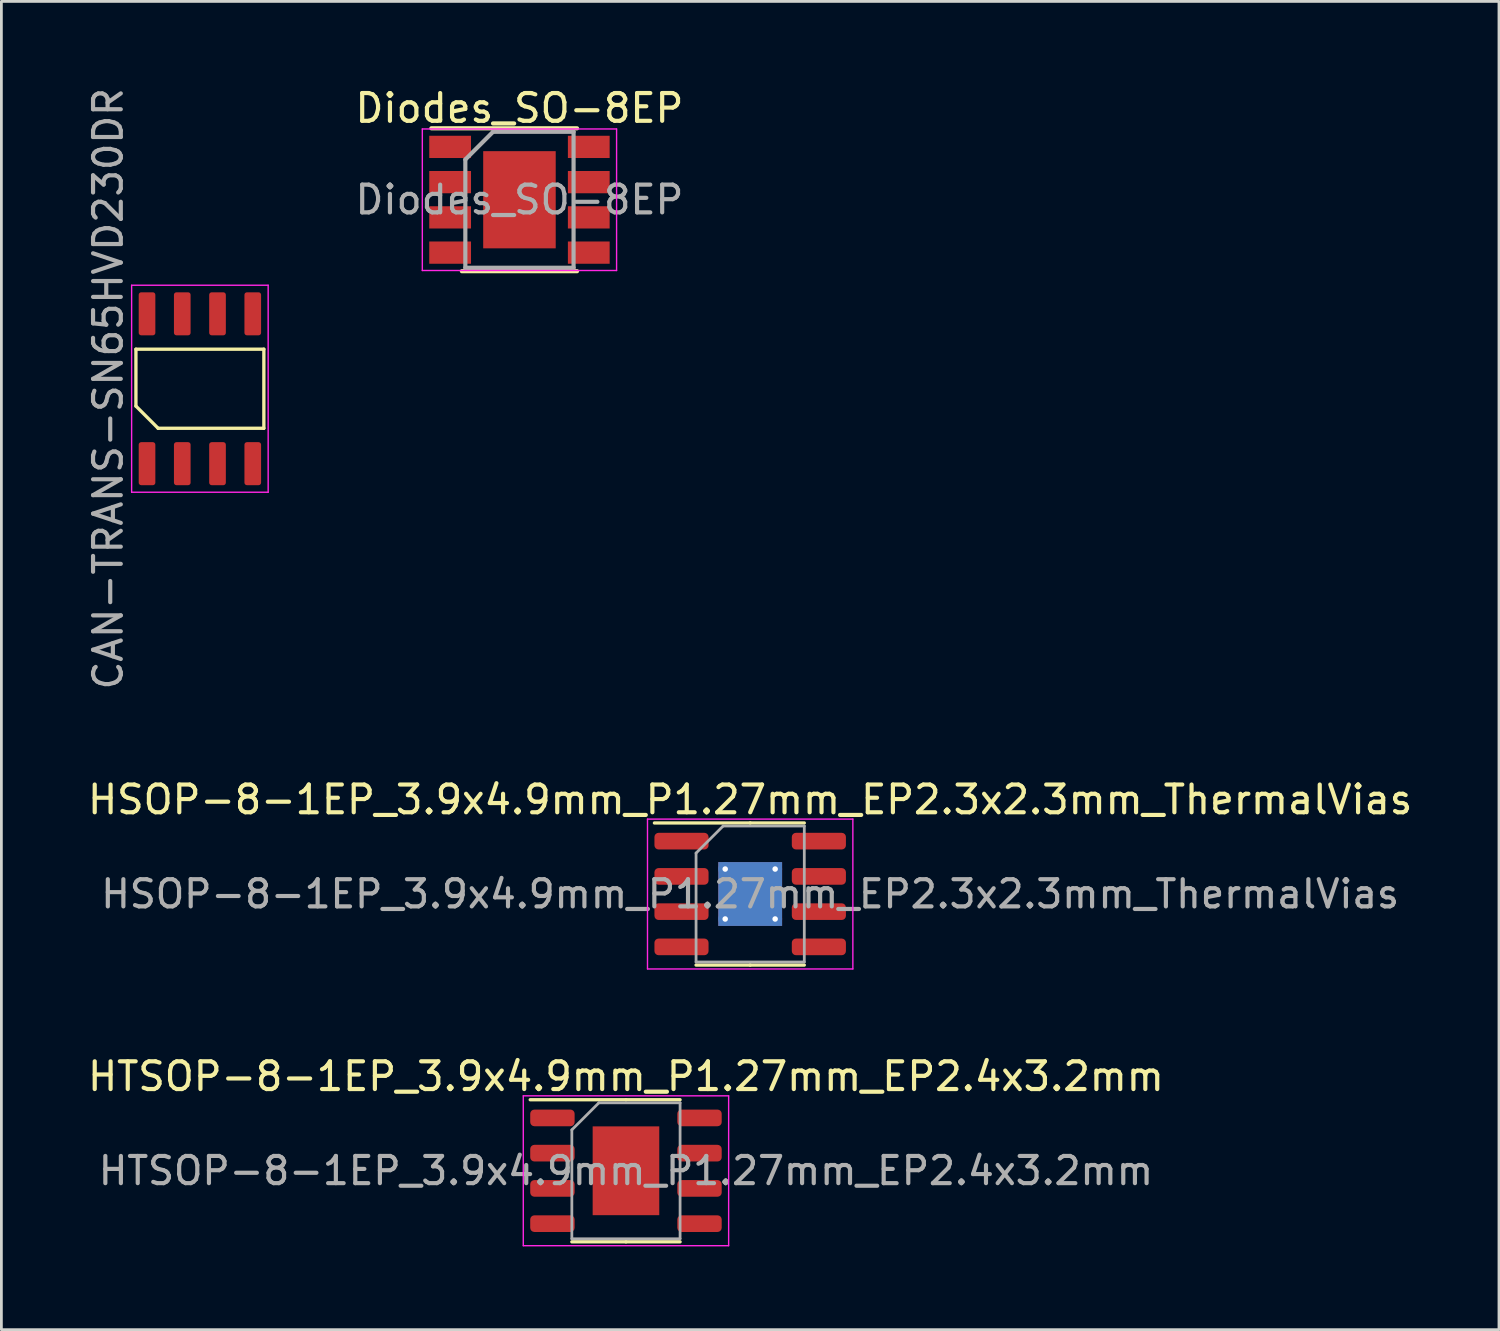
<source format=kicad_pcb>
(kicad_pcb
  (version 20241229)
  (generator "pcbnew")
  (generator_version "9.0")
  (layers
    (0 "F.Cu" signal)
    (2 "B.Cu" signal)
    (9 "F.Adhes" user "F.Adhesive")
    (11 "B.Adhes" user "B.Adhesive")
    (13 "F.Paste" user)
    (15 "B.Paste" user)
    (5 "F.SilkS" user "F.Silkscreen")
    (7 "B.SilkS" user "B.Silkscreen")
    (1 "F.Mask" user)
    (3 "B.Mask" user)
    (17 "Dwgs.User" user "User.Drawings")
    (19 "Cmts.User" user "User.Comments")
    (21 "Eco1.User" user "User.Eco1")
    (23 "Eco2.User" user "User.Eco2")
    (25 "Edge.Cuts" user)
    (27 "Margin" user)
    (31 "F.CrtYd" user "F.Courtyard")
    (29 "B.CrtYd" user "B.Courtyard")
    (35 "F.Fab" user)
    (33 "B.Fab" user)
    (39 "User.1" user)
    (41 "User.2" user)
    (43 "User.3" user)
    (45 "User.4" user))
  (footprint "Diodes_SO-8EP"
    (layer "F.Cu")
    (at 15.668 4.148)
    (property "Reference" "Diodes_SO-8EP" (at 0 -3.3 0) (layer "F.SilkS") (effects (font (size 1 1) (thickness 0.15))))
    (attr smd)
    (fp_line (start -3.175 -2.575) (end 2.075 -2.575) (stroke (width 0.15) (type solid)) (layer "F.SilkS"))
    (fp_line (start -2.075 2.575) (end 2.075 2.575) (stroke (width 0.15) (type solid)) (layer "F.SilkS"))
    (fp_line (start -3.5 -2.55) (end -3.5 2.55) (stroke (width 0.05) (type solid)) (layer "F.CrtYd"))
    (fp_line (start -3.5 -2.55) (end 3.5 -2.55) (stroke (width 0.05) (type solid)) (layer "F.CrtYd"))
    (fp_line (start -3.5 2.55) (end 3.5 2.55) (stroke (width 0.05) (type solid)) (layer "F.CrtYd"))
    (fp_line (start 3.5 -2.55) (end 3.5 2.55) (stroke (width 0.05) (type solid)) (layer "F.CrtYd"))
    (fp_line (start -1.95 -1.45) (end -0.95 -2.45) (stroke (width 0.15) (type solid)) (layer "F.Fab"))
    (fp_line (start -1.95 2.45) (end -1.95 -1.45) (stroke (width 0.15) (type solid)) (layer "F.Fab"))
    (fp_line (start -0.95 -2.45) (end 1.95 -2.45) (stroke (width 0.15) (type solid)) (layer "F.Fab"))
    (fp_line (start 1.95 -2.45) (end 1.95 2.45) (stroke (width 0.15) (type solid)) (layer "F.Fab"))
    (fp_line (start 1.95 2.45) (end -1.95 2.45) (stroke (width 0.15) (type solid)) (layer "F.Fab"))
    (fp_text user "${REFERENCE}" (at 0 0 0) (layer "F.Fab") (effects (font (size 1 1) (thickness 0.15))))
    (pad "1" smd rect (at -2.498 -1.905) (size 1.505 0.802) (layers "F.Cu" "F.Mask" "F.Paste"))
    (pad "2" smd rect (at -2.498 -0.635) (size 1.505 0.802) (layers "F.Cu" "F.Mask" "F.Paste"))
    (pad "3" smd rect (at -2.498 0.635) (size 1.505 0.802) (layers "F.Cu" "F.Mask" "F.Paste"))
    (pad "4" smd rect (at -2.498 1.905) (size 1.505 0.802) (layers "F.Cu" "F.Mask" "F.Paste"))
    (pad "5" smd rect (at 2.498 1.905) (size 1.505 0.802) (layers "F.Cu" "F.Mask" "F.Paste"))
    (pad "6" smd rect (at 2.498 0.635) (size 1.505 0.802) (layers "F.Cu" "F.Mask" "F.Paste"))
    (pad "7" smd rect (at 2.498 -0.635) (size 1.505 0.802) (layers "F.Cu" "F.Mask" "F.Paste"))
    (pad "8" smd rect (at 2.498 -1.905) (size 1.505 0.802) (layers "F.Cu" "F.Mask" "F.Paste"))
    (pad "9" smd rect (at 0 0) (size 2.613 3.502) (layers "F.Cu" "F.Mask" "F.Paste")))
  (footprint "HSOP-8-1EP_3.9x4.9mm_P1.27mm_EP2.3x2.3mm_ThermalVias"
    (layer "F.Cu")
    (at 23.982 29.165)
    (property "Reference" "HSOP-8-1EP_3.9x4.9mm_P1.27mm_EP2.3x2.3mm_ThermalVias" (at 0 -3.4 0) (layer "F.SilkS") (effects (font (size 1 1) (thickness 0.15))))
    (attr smd)
    (fp_line (start 0 -2.56) (end -3.45 -2.56) (stroke (width 0.12) (type solid)) (layer "F.SilkS"))
    (fp_line (start 0 -2.56) (end 1.95 -2.56) (stroke (width 0.12) (type solid)) (layer "F.SilkS"))
    (fp_line (start 0 2.56) (end -1.95 2.56) (stroke (width 0.12) (type solid)) (layer "F.SilkS"))
    (fp_line (start 0 2.56) (end 1.95 2.56) (stroke (width 0.12) (type solid)) (layer "F.SilkS"))
    (fp_line (start -3.7 -2.7) (end -3.7 2.7) (stroke (width 0.05) (type solid)) (layer "F.CrtYd"))
    (fp_line (start -3.7 2.7) (end 3.7 2.7) (stroke (width 0.05) (type solid)) (layer "F.CrtYd"))
    (fp_line (start 3.7 -2.7) (end -3.7 -2.7) (stroke (width 0.05) (type solid)) (layer "F.CrtYd"))
    (fp_line (start 3.7 2.7) (end 3.7 -2.7) (stroke (width 0.05) (type solid)) (layer "F.CrtYd"))
    (fp_line (start -1.95 -1.475) (end -0.975 -2.45) (stroke (width 0.1) (type solid)) (layer "F.Fab"))
    (fp_line (start -1.95 2.45) (end -1.95 -1.475) (stroke (width 0.1) (type solid)) (layer "F.Fab"))
    (fp_line (start -0.975 -2.45) (end 1.95 -2.45) (stroke (width 0.1) (type solid)) (layer "F.Fab"))
    (fp_line (start 1.95 -2.45) (end 1.95 2.45) (stroke (width 0.1) (type solid)) (layer "F.Fab"))
    (fp_line (start 1.95 2.45) (end -1.95 2.45) (stroke (width 0.1) (type solid)) (layer "F.Fab"))
    (fp_text user "${REFERENCE}" (at 0 0 0) (layer "F.Fab") (effects (font (size 0.98 0.98) (thickness 0.15))))
    (pad "" smd roundrect (at -0.575 -0.575) (size 0.93 0.93) (layers "F.Paste") (roundrect_rratio 0.25))
    (pad "" smd roundrect (at -0.575 0.575) (size 0.93 0.93) (layers "F.Paste") (roundrect_rratio 0.25))
    (pad "" smd roundrect (at 0.575 -0.575) (size 0.93 0.93) (layers "F.Paste") (roundrect_rratio 0.25))
    (pad "" smd roundrect (at 0.575 0.575) (size 0.93 0.93) (layers "F.Paste") (roundrect_rratio 0.25))
    (pad "1" smd roundrect (at -2.475 -1.905) (size 1.95 0.6) (layers "F.Cu" "F.Mask" "F.Paste") (roundrect_rratio 0.25))
    (pad "2" smd roundrect (at -2.475 -0.635) (size 1.95 0.6) (layers "F.Cu" "F.Mask" "F.Paste") (roundrect_rratio 0.25))
    (pad "3" smd roundrect (at -2.475 0.635) (size 1.95 0.6) (layers "F.Cu" "F.Mask" "F.Paste") (roundrect_rratio 0.25))
    (pad "4" smd roundrect (at -2.475 1.905) (size 1.95 0.6) (layers "F.Cu" "F.Mask" "F.Paste") (roundrect_rratio 0.25))
    (pad "5" smd roundrect (at 2.475 1.905) (size 1.95 0.6) (layers "F.Cu" "F.Mask" "F.Paste") (roundrect_rratio 0.25))
    (pad "6" smd roundrect (at 2.475 0.635) (size 1.95 0.6) (layers "F.Cu" "F.Mask" "F.Paste") (roundrect_rratio 0.25))
    (pad "7" smd roundrect (at 2.475 -0.635) (size 1.95 0.6) (layers "F.Cu" "F.Mask" "F.Paste") (roundrect_rratio 0.25))
    (pad "8" smd roundrect (at 2.475 -1.905) (size 1.95 0.6) (layers "F.Cu" "F.Mask" "F.Paste") (roundrect_rratio 0.25))
    (pad "9" thru_hole circle (at -0.9 -0.9) (size 0.5 0.5) (drill 0.2) (layers "*.Cu"))
    (pad "9" thru_hole circle (at -0.9 0.9) (size 0.5 0.5) (drill 0.2) (layers "*.Cu"))
    (pad "9" smd rect (at 0 0) (size 2.3 2.3) (layers "F.Cu" "F.Mask"))
    (pad "9" smd rect (at 0 0) (size 2.3 2.3) (layers "B.Cu"))
    (pad "9" thru_hole circle (at 0.9 -0.9) (size 0.5 0.5) (drill 0.2) (layers "*.Cu"))
    (pad "9" thru_hole circle (at 0.9 0.9) (size 0.5 0.5) (drill 0.2) (layers "*.Cu")))
  (footprint "HTSOP-8-1EP_3.9x4.9mm_P1.27mm_EP2.4x3.2mm"
    (layer "F.Cu")
    (at 19.506 39.138)
    (property "Reference" "HTSOP-8-1EP_3.9x4.9mm_P1.27mm_EP2.4x3.2mm" (at 0 -3.4 0) (layer "F.SilkS") (effects (font (size 1 1) (thickness 0.15))))
    (attr smd)
    (fp_line (start 0 -2.56) (end -3.45 -2.56) (stroke (width 0.12) (type solid)) (layer "F.SilkS"))
    (fp_line (start 0 -2.56) (end 1.95 -2.56) (stroke (width 0.12) (type solid)) (layer "F.SilkS"))
    (fp_line (start 0 2.56) (end -1.95 2.56) (stroke (width 0.12) (type solid)) (layer "F.SilkS"))
    (fp_line (start 0 2.56) (end 1.95 2.56) (stroke (width 0.12) (type solid)) (layer "F.SilkS"))
    (fp_line (start -3.7 -2.7) (end -3.7 2.7) (stroke (width 0.05) (type solid)) (layer "F.CrtYd"))
    (fp_line (start -3.7 2.7) (end 3.7 2.7) (stroke (width 0.05) (type solid)) (layer "F.CrtYd"))
    (fp_line (start 3.7 -2.7) (end -3.7 -2.7) (stroke (width 0.05) (type solid)) (layer "F.CrtYd"))
    (fp_line (start 3.7 2.7) (end 3.7 -2.7) (stroke (width 0.05) (type solid)) (layer "F.CrtYd"))
    (fp_line (start -1.95 -1.475) (end -0.975 -2.45) (stroke (width 0.1) (type solid)) (layer "F.Fab"))
    (fp_line (start -1.95 2.45) (end -1.95 -1.475) (stroke (width 0.1) (type solid)) (layer "F.Fab"))
    (fp_line (start -0.975 -2.45) (end 1.95 -2.45) (stroke (width 0.1) (type solid)) (layer "F.Fab"))
    (fp_line (start 1.95 -2.45) (end 1.95 2.45) (stroke (width 0.1) (type solid)) (layer "F.Fab"))
    (fp_line (start 1.95 2.45) (end -1.95 2.45) (stroke (width 0.1) (type solid)) (layer "F.Fab"))
    (fp_text user "${REFERENCE}" (at 0 0 0) (layer "F.Fab") (effects (font (size 0.98 0.98) (thickness 0.15))))
    (pad "" smd roundrect (at -0.6 -0.8) (size 0.97 1.29) (layers "F.Paste") (roundrect_rratio 0.25))
    (pad "" smd roundrect (at -0.6 0.8) (size 0.97 1.29) (layers "F.Paste") (roundrect_rratio 0.25))
    (pad "" smd roundrect (at 0.6 -0.8) (size 0.97 1.29) (layers "F.Paste") (roundrect_rratio 0.25))
    (pad "" smd roundrect (at 0.6 0.8) (size 0.97 1.29) (layers "F.Paste") (roundrect_rratio 0.25))
    (pad "1" smd roundrect (at -2.65 -1.905) (size 1.6 0.6) (layers "F.Cu" "F.Mask" "F.Paste") (roundrect_rratio 0.25))
    (pad "2" smd roundrect (at -2.65 -0.635) (size 1.6 0.6) (layers "F.Cu" "F.Mask" "F.Paste") (roundrect_rratio 0.25))
    (pad "3" smd roundrect (at -2.65 0.635) (size 1.6 0.6) (layers "F.Cu" "F.Mask" "F.Paste") (roundrect_rratio 0.25))
    (pad "4" smd roundrect (at -2.65 1.905) (size 1.6 0.6) (layers "F.Cu" "F.Mask" "F.Paste") (roundrect_rratio 0.25))
    (pad "5" smd roundrect (at 2.65 1.905) (size 1.6 0.6) (layers "F.Cu" "F.Mask" "F.Paste") (roundrect_rratio 0.25))
    (pad "6" smd roundrect (at 2.65 0.635) (size 1.6 0.6) (layers "F.Cu" "F.Mask" "F.Paste") (roundrect_rratio 0.25))
    (pad "7" smd roundrect (at 2.65 -0.635) (size 1.6 0.6) (layers "F.Cu" "F.Mask" "F.Paste") (roundrect_rratio 0.25))
    (pad "8" smd roundrect (at 2.65 -1.905) (size 1.6 0.6) (layers "F.Cu" "F.Mask" "F.Paste") (roundrect_rratio 0.25))
    (pad "9" smd rect (at 0 0) (size 2.4 3.2) (layers "F.Cu" "F.Mask")))
  (footprint "CAN-TRANS-SN65HVD230DR"
    (layer "F.Cu")
    (at 4.153 10.958)
    (property "Reference" "CAN-TRANS-SN65HVD230DR" (at -3.305 0 270) (layer "F.Fab") (effects (font (size 1 1) (thickness 0.15))))
    (attr smd)
    (fp_line (start -2.305 -1.425) (end 2.305 -1.425) (stroke (width 0.12) (type solid)) (layer "F.SilkS"))
    (fp_line (start -2.305 0.625) (end -2.305 -1.425) (stroke (width 0.12) (type solid)) (layer "F.SilkS"))
    (fp_line (start -1.505 1.425) (end -2.305 0.625) (stroke (width 0.12) (type solid)) (layer "F.SilkS"))
    (fp_line (start 2.305 -1.425) (end 2.305 1.425) (stroke (width 0.12) (type solid)) (layer "F.SilkS"))
    (fp_line (start 2.305 1.425) (end -1.505 1.425) (stroke (width 0.12) (type solid)) (layer "F.SilkS"))
    (fp_line (start -2.46 -3.73) (end 2.46 -3.73) (stroke (width 0.05) (type solid)) (layer "F.CrtYd"))
    (fp_line (start -2.46 3.73) (end -2.46 -3.73) (stroke (width 0.05) (type solid)) (layer "F.CrtYd"))
    (fp_line (start 2.46 -3.73) (end 2.46 3.73) (stroke (width 0.05) (type solid)) (layer "F.CrtYd"))
    (fp_line (start 2.46 3.73) (end -2.46 3.73) (stroke (width 0.05) (type solid)) (layer "F.CrtYd"))
    (pad "1" smd roundrect (at -1.905 2.7) (size 0.6 1.55) (layers "F.Cu" "F.Mask" "F.Paste") (roundrect_rratio 0.15))
    (pad "2" smd roundrect (at -0.635 2.7) (size 0.6 1.55) (layers "F.Cu" "F.Mask" "F.Paste") (roundrect_rratio 0.15))
    (pad "3" smd roundrect (at 0.635 2.7) (size 0.6 1.55) (layers "F.Cu" "F.Mask" "F.Paste") (roundrect_rratio 0.15))
    (pad "4" smd roundrect (at 1.905 2.7) (size 0.6 1.55) (layers "F.Cu" "F.Mask" "F.Paste") (roundrect_rratio 0.15))
    (pad "5" smd roundrect (at 1.905 -2.7) (size 0.6 1.55) (layers "F.Cu" "F.Mask" "F.Paste") (roundrect_rratio 0.15))
    (pad "6" smd roundrect (at 0.635 -2.7) (size 0.6 1.55) (layers "F.Cu" "F.Mask" "F.Paste") (roundrect_rratio 0.15))
    (pad "7" smd roundrect (at -0.635 -2.7) (size 0.6 1.55) (layers "F.Cu" "F.Mask" "F.Paste") (roundrect_rratio 0.15))
    (pad "8" smd roundrect (at -1.905 -2.7) (size 0.6 1.55) (layers "F.Cu" "F.Mask" "F.Paste") (roundrect_rratio 0.15)))
  (gr_rect
    (start -3 -3)
    (end 50.964 44.863)
    (stroke (width 0.1) (type default))
    (fill no)
    (layer "Edge.Cuts")))
</source>
